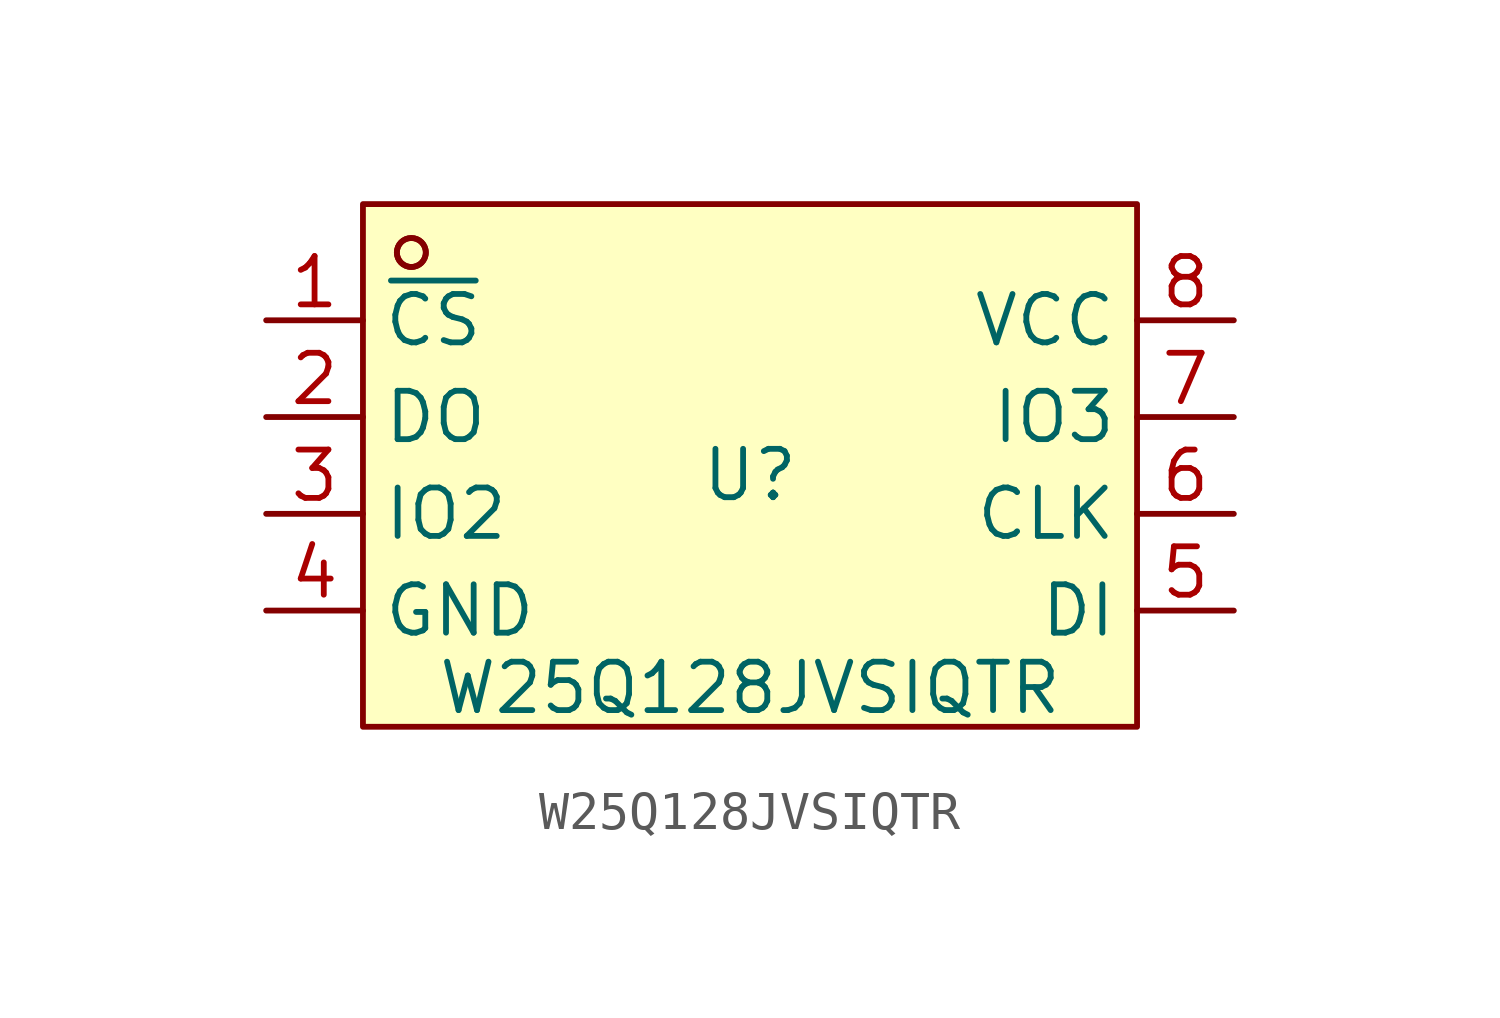
<source format=kicad_sym>
(kicad_symbol_lib
  (version 20231120)
  (generator "kicad_symbol_editor")
  (generator_version "8.0")
  (symbol "W25Q128JVSIQTR"
    (property "Reference" "U"
      (at 0 -0.254 0)
      (effects (font (size 1.27 1.27))))
    (property "Value" "W25Q128JVSIQTR"
      (at 0 -5.842 0)
      (effects (font (size 1.27 1.27))))
    (symbol "W25Q128JVSIQTR_0_1"
      (rectangle (start -10.16 6.86) (end 10.16 -6.86) (stroke (width 0) (type default)) (fill (type background)))
      (circle (center -8.89 5.59) (radius 0.38) (stroke (width 0) (type default)) (fill (type none)))
      (circle (center -8.89 5.59) (radius 0.38) (stroke (width 0) (type default)) (fill (type none)))
      (pin passive line (at -12.7 3.81 0) (length 2.54) (name "~{CS}" (effects (font (size 1.27 1.27)))) (number "1" (effects (font (size 1.27 1.27)))))
      (pin passive line (at -12.7 1.27 0) (length 2.54) (name "DO" (effects (font (size 1.27 1.27)))) (number "2" (effects (font (size 1.27 1.27)))))
      (pin passive line (at -12.7 -1.27 0) (length 2.54) (name "IO2" (effects (font (size 1.27 1.27)))) (number "3" (effects (font (size 1.27 1.27)))))
      (pin power_in line (at -12.7 -3.81 0) (length 2.54) (name "GND" (effects (font (size 1.27 1.27)))) (number "4" (effects (font (size 1.27 1.27)))))
      (pin passive line (at 12.7 -3.81 180) (length 2.54) (name "DI" (effects (font (size 1.27 1.27)))) (number "5" (effects (font (size 1.27 1.27)))))
      (pin passive line (at 12.7 -1.27 180) (length 2.54) (name "CLK" (effects (font (size 1.27 1.27)))) (number "6" (effects (font (size 1.27 1.27)))))
      (pin passive line (at 12.7 1.27 180) (length 2.54) (name "IO3" (effects (font (size 1.27 1.27)))) (number "7" (effects (font (size 1.27 1.27)))))
      (pin power_in line (at 12.7 3.81 180) (length 2.54) (name "VCC" (effects (font (size 1.27 1.27)))) (number "8" (effects (font (size 1.27 1.27))))))))
</source>
